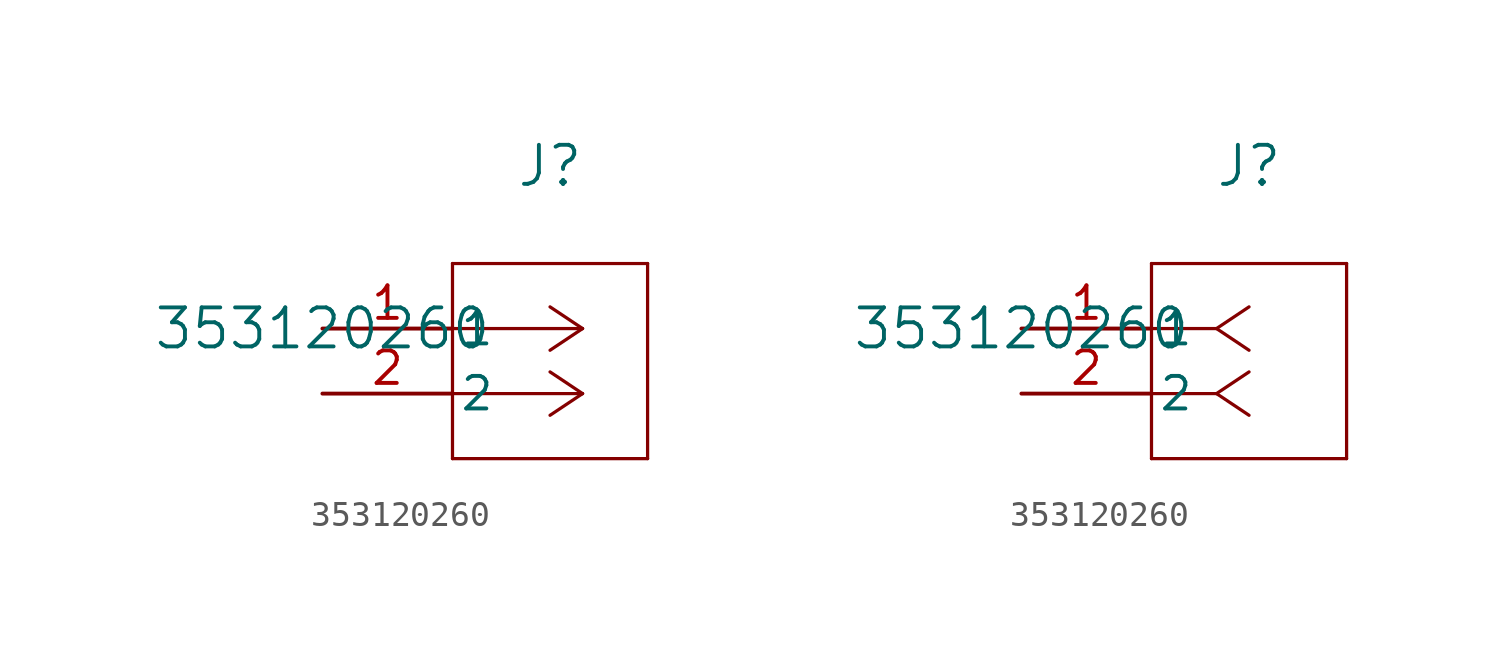
<source format=kicad_sym>
(kicad_symbol_lib
  (version 20211014)
  (generator kicad_symbol_editor)
  (symbol "353120260"
    (pin_names
      (offset 0.254))
    (property "Reference" "J"
      (at 8.89 6.35 0)
      (effects (font (size 1.524 1.524))))
    (property "Value" "353120260"
      (at 0 0 0)
      (effects (font (size 1.524 1.524))))
    (symbol "353120260_1_1"
      (polyline (pts (xy 10.16 0) (xy 5.08 0)) (stroke (width 0.127) (type default) (color 0 0 0 0)) (fill (type none)))
      (polyline (pts (xy 10.16 -2.54) (xy 5.08 -2.54)) (stroke (width 0.127) (type default) (color 0 0 0 0)) (fill (type none)))
      (polyline (pts (xy 10.16 0) (xy 8.89 0.847)) (stroke (width 0.127) (type default) (color 0 0 0 0)) (fill (type none)))
      (polyline (pts (xy 10.16 -2.54) (xy 8.89 -1.693)) (stroke (width 0.127) (type default) (color 0 0 0 0)) (fill (type none)))
      (polyline (pts (xy 10.16 0) (xy 8.89 -0.847)) (stroke (width 0.127) (type default) (color 0 0 0 0)) (fill (type none)))
      (polyline (pts (xy 10.16 -2.54) (xy 8.89 -3.387)) (stroke (width 0.127) (type default) (color 0 0 0 0)) (fill (type none)))
      (polyline (pts (xy 5.08 2.54) (xy 5.08 -5.08)) (stroke (width 0.127) (type default) (color 0 0 0 0)) (fill (type none)))
      (polyline (pts (xy 5.08 -5.08) (xy 12.7 -5.08)) (stroke (width 0.127) (type default) (color 0 0 0 0)) (fill (type none)))
      (polyline (pts (xy 12.7 -5.08) (xy 12.7 2.54)) (stroke (width 0.127) (type default) (color 0 0 0 0)) (fill (type none)))
      (polyline (pts (xy 12.7 2.54) (xy 5.08 2.54)) (stroke (width 0.127) (type default) (color 0 0 0 0)) (fill (type none)))
      (pin unspecified line (at 0 0 0) (length 5.08) (name "1" (effects (font (size 1.27 1.27)))) (number "1" (effects (font (size 1.27 1.27)))))
      (pin unspecified line (at 0 -2.54 0) (length 5.08) (name "2" (effects (font (size 1.27 1.27)))) (number "2" (effects (font (size 1.27 1.27))))))
    (symbol "353120260_1_2"
      (polyline (pts (xy 7.62 0) (xy 5.08 0)) (stroke (width 0.127) (type default) (color 0 0 0 0)) (fill (type none)))
      (polyline (pts (xy 7.62 -2.54) (xy 5.08 -2.54)) (stroke (width 0.127) (type default) (color 0 0 0 0)) (fill (type none)))
      (polyline (pts (xy 7.62 0) (xy 8.89 0.847)) (stroke (width 0.127) (type default) (color 0 0 0 0)) (fill (type none)))
      (polyline (pts (xy 7.62 -2.54) (xy 8.89 -1.693)) (stroke (width 0.127) (type default) (color 0 0 0 0)) (fill (type none)))
      (polyline (pts (xy 7.62 0) (xy 8.89 -0.847)) (stroke (width 0.127) (type default) (color 0 0 0 0)) (fill (type none)))
      (polyline (pts (xy 7.62 -2.54) (xy 8.89 -3.387)) (stroke (width 0.127) (type default) (color 0 0 0 0)) (fill (type none)))
      (polyline (pts (xy 5.08 2.54) (xy 5.08 -5.08)) (stroke (width 0.127) (type default) (color 0 0 0 0)) (fill (type none)))
      (polyline (pts (xy 5.08 -5.08) (xy 12.7 -5.08)) (stroke (width 0.127) (type default) (color 0 0 0 0)) (fill (type none)))
      (polyline (pts (xy 12.7 -5.08) (xy 12.7 2.54)) (stroke (width 0.127) (type default) (color 0 0 0 0)) (fill (type none)))
      (polyline (pts (xy 12.7 2.54) (xy 5.08 2.54)) (stroke (width 0.127) (type default) (color 0 0 0 0)) (fill (type none)))
      (pin unspecified line (at 0 0 0) (length 5.08) (name "1" (effects (font (size 1.27 1.27)))) (number "1" (effects (font (size 1.27 1.27)))))
      (pin unspecified line (at 0 -2.54 0) (length 5.08) (name "2" (effects (font (size 1.27 1.27)))) (number "2" (effects (font (size 1.27 1.27))))))))
</source>
